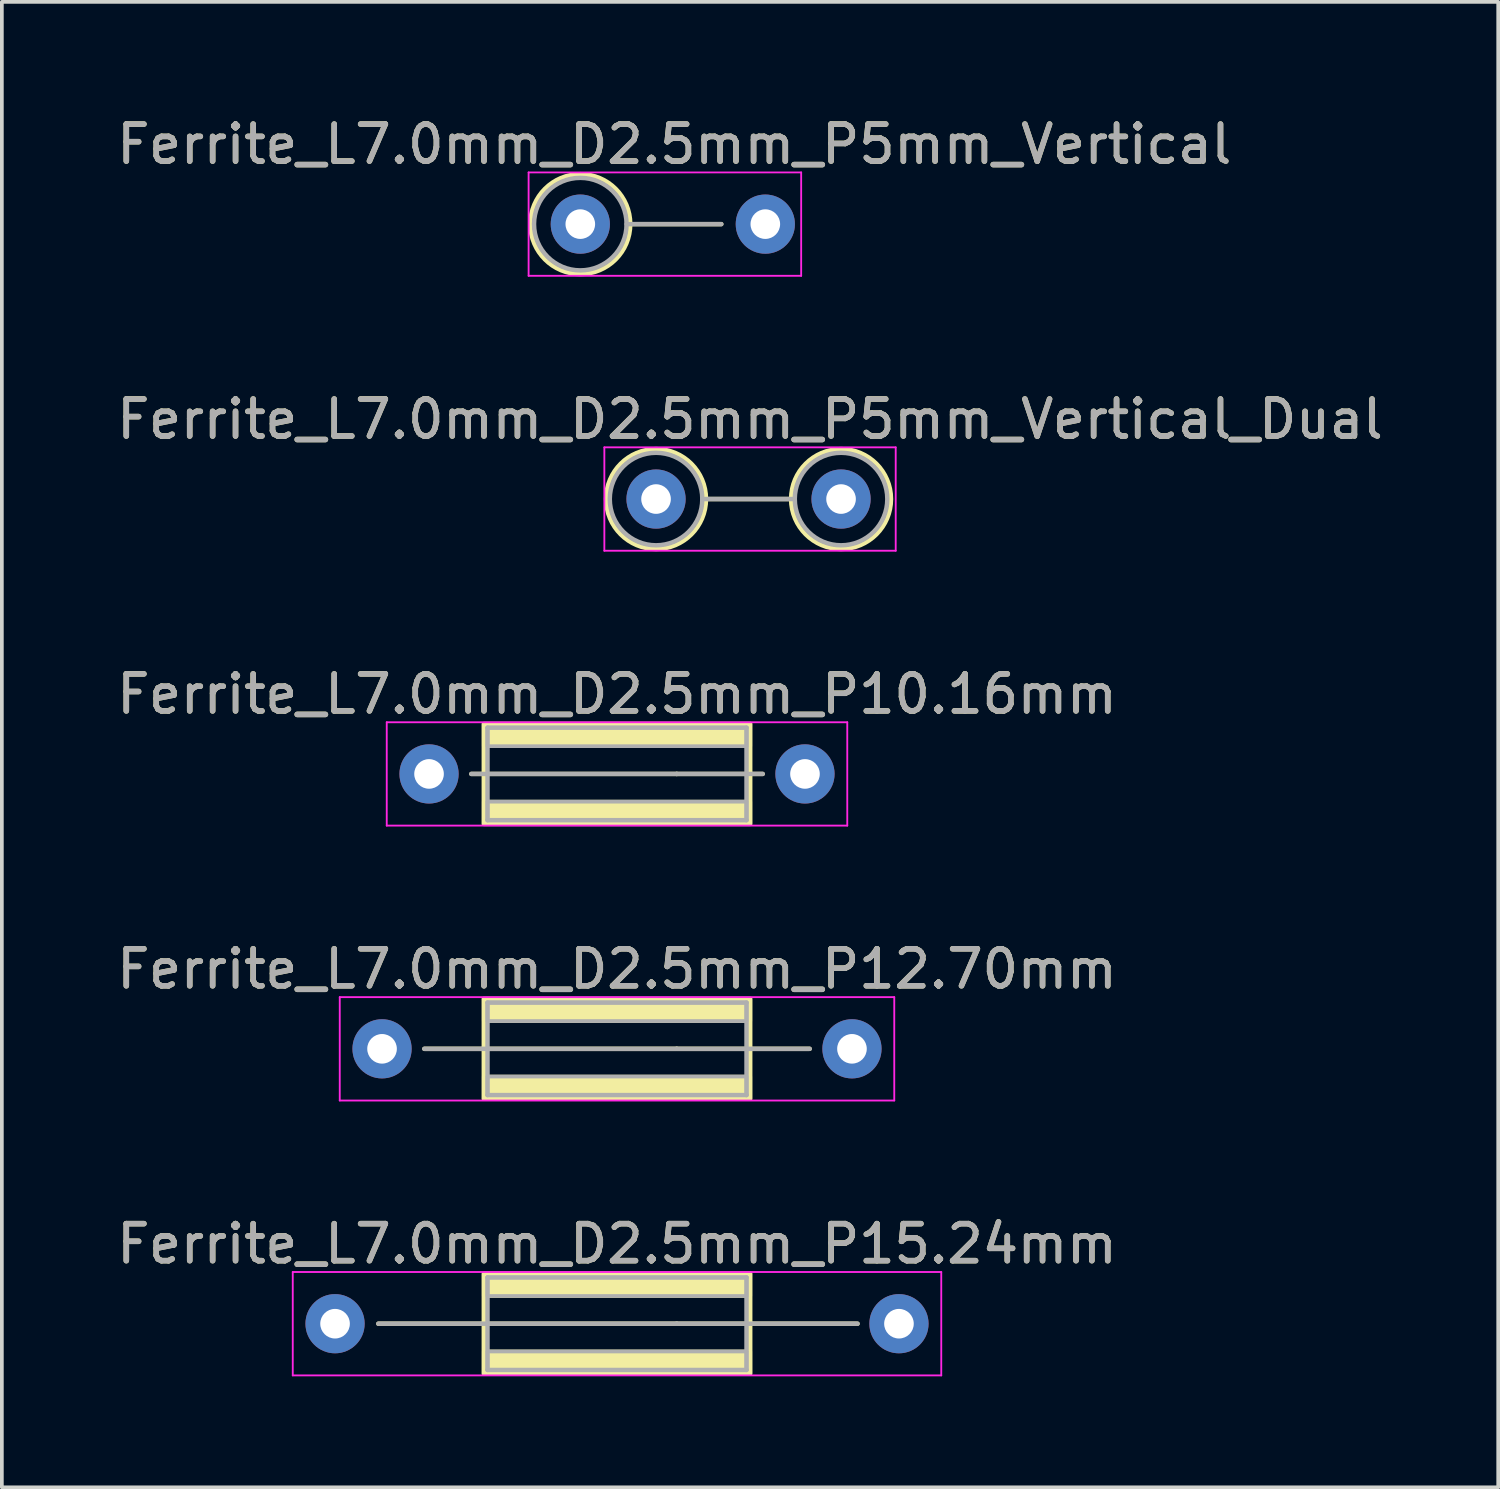
<source format=kicad_pcb>
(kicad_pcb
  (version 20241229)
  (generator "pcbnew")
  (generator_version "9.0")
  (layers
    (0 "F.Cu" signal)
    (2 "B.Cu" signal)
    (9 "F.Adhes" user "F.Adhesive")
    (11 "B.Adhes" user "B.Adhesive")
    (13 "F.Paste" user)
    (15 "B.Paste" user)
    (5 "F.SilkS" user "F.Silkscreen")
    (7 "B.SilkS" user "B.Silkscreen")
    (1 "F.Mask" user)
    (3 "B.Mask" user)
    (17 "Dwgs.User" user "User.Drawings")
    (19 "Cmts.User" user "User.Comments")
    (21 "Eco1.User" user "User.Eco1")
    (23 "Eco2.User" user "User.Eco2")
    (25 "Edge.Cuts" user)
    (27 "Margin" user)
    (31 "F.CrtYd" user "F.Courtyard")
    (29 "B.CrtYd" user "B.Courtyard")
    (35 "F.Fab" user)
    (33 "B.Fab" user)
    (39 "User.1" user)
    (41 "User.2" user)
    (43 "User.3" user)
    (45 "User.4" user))
  (footprint "Ferrite_L7.0mm_D2.5mm_P10.16mm"
    (layer "F.Cu")
    (at 8.545 17.866)
    (property "Reference" "Ferrite_L7.0mm_D2.5mm_P10.16mm" (at 5.08 -2.159 0) (layer "F.SilkS") (effects (font (size 1 1) (thickness 0.15))))
    (fp_line (start 6.694 0.000002) (end 1.143 0) (stroke (width 0.12) (type solid)) (layer "F.SilkS"))
    (fp_line (start 6.694 0.000002) (end 9.017 0) (stroke (width 0.12) (type solid)) (layer "F.SilkS"))
    (fp_rect (start 1.48 -1.35) (end 8.68 1.35) (stroke (width 0.12) (type solid)) (fill no) (layer "F.SilkS"))
    (fp_poly (pts (xy 8.68 -0.75) (xy 1.48 -0.75) (xy 1.48 -1.35) (xy 8.68 -1.35)) (stroke (width 0.1) (type solid)) (fill yes) (layer "F.SilkS"))
    (fp_poly (pts (xy 8.68 1.35) (xy 1.48 1.35) (xy 1.48 0.75) (xy 8.68 0.75)) (stroke (width 0.1) (type solid)) (fill yes) (layer "F.SilkS"))
    (fp_line (start -1.143 -1.397) (end 11.303 -1.397) (stroke (width 0.05) (type solid)) (layer "F.CrtYd"))
    (fp_line (start -1.143 1.397) (end -1.143 -1.397) (stroke (width 0.05) (type solid)) (layer "F.CrtYd"))
    (fp_line (start 11.303 -1.397) (end 11.303 1.397) (stroke (width 0.05) (type solid)) (layer "F.CrtYd"))
    (fp_line (start 11.303 1.397) (end -1.143 1.397) (stroke (width 0.05) (type solid)) (layer "F.CrtYd"))
    (fp_line (start 1.58 -1.25) (end 1.58 0) (stroke (width 0.12) (type solid)) (layer "F.Fab"))
    (fp_line (start 1.58 0) (end 1.58 1.25) (stroke (width 0.12) (type solid)) (layer "F.Fab"))
    (fp_line (start 1.58 1.25) (end 8.58 1.25) (stroke (width 0.12) (type solid)) (layer "F.Fab"))
    (fp_line (start 6.694 0.000002) (end 1.143 0) (stroke (width 0.12) (type solid)) (layer "F.Fab"))
    (fp_line (start 6.694 0.000002) (end 9.017 0) (stroke (width 0.12) (type solid)) (layer "F.Fab"))
    (fp_line (start 8.58 -1.25) (end 1.58 -1.25) (stroke (width 0.12) (type solid)) (layer "F.Fab"))
    (fp_line (start 8.58 1.25) (end 8.58 -1.25) (stroke (width 0.12) (type solid)) (layer "F.Fab"))
    (fp_poly (pts (xy 8.58 -0.75) (xy 1.58 -0.75) (xy 1.58 -1.25) (xy 8.58 -1.25)) (stroke (width 0.1) (type solid)) (fill no) (layer "F.Fab"))
    (fp_poly (pts (xy 8.58 1.25) (xy 1.58 1.25) (xy 1.58 0.75) (xy 8.58 0.75)) (stroke (width 0.1) (type solid)) (fill no) (layer "F.Fab"))
    (fp_text user "${REFERENCE}" (at 5.08 -2.158 0) (layer "F.Fab") (effects (font (size 1 1) (thickness 0.15))))
    (pad "1" thru_hole circle (at 0 0) (size 1.6 1.6) (drill 0.8) (layers "*.Cu" "*.Mask"))
    (pad "2" thru_hole circle (at 10.16 0) (size 1.6 1.6) (drill 0.8) (layers "*.Cu" "*.Mask")))
  (footprint "Ferrite_L7.0mm_D2.5mm_P5mm_Vertical_Dual"
    (layer "F.Cu")
    (at 14.68 10.437)
    (property "Reference" "Ferrite_L7.0mm_D2.5mm_P5mm_Vertical_Dual" (at 2.54 -2.159 0) (layer "F.SilkS") (effects (font (size 1 1) (thickness 0.15))))
    (fp_line (start 1.35 0) (end 3.65 0) (stroke (width 0.12) (type solid)) (layer "F.SilkS"))
    (fp_circle (center 0 0) (end 1.35 0) (stroke (width 0.12) (type solid)) (fill no) (layer "F.SilkS"))
    (fp_circle (center 5 0) (end 6.35 0) (stroke (width 0.12) (type solid)) (fill no) (layer "F.SilkS"))
    (fp_line (start -1.397 -1.397) (end 6.477 -1.397) (stroke (width 0.05) (type solid)) (layer "F.CrtYd"))
    (fp_line (start -1.397 1.397) (end -1.397 -1.397) (stroke (width 0.05) (type solid)) (layer "F.CrtYd"))
    (fp_line (start 6.477 -1.397) (end 6.477 1.397) (stroke (width 0.05) (type solid)) (layer "F.CrtYd"))
    (fp_line (start 6.477 1.397) (end -1.397 1.397) (stroke (width 0.05) (type solid)) (layer "F.CrtYd"))
    (fp_line (start 1.25 0) (end 3.75 0) (stroke (width 0.12) (type solid)) (layer "F.Fab"))
    (fp_circle (center 0 0) (end 1.25 0) (stroke (width 0.12) (type solid)) (fill no) (layer "F.Fab"))
    (fp_circle (center 5 0) (end 6.25 0) (stroke (width 0.12) (type solid)) (fill no) (layer "F.Fab"))
    (fp_text user "${REFERENCE}" (at 2.54 -2.158 0) (layer "F.Fab") (effects (font (size 1 1) (thickness 0.15))))
    (pad "1" thru_hole circle (at 0 0) (size 1.6 1.6) (drill 0.8) (layers "*.Cu" "*.Mask"))
    (pad "2" thru_hole circle (at 5 0) (size 1.6 1.6) (drill 0.8) (layers "*.Cu" "*.Mask")))
  (footprint "Ferrite_L7.0mm_D2.5mm_P5mm_Vertical"
    (layer "F.Cu")
    (at 12.633 3.007)
    (property "Reference" "Ferrite_L7.0mm_D2.5mm_P5mm_Vertical" (at 2.54 -2.159 0) (layer "F.SilkS") (effects (font (size 1 1) (thickness 0.15))))
    (fp_line (start 1.35 0) (end 3.81 0) (stroke (width 0.12) (type solid)) (layer "F.SilkS"))
    (fp_circle (center 0 0) (end 1.35 0) (stroke (width 0.12) (type solid)) (fill no) (layer "F.SilkS"))
    (fp_line (start -1.397 -1.397) (end 5.969 -1.397) (stroke (width 0.05) (type solid)) (layer "F.CrtYd"))
    (fp_line (start -1.397 1.397) (end -1.397 -1.397) (stroke (width 0.05) (type solid)) (layer "F.CrtYd"))
    (fp_line (start 5.969 -1.397) (end 5.969 1.397) (stroke (width 0.05) (type solid)) (layer "F.CrtYd"))
    (fp_line (start 5.969 1.397) (end -1.397 1.397) (stroke (width 0.05) (type solid)) (layer "F.CrtYd"))
    (fp_line (start 1.25 0) (end 3.81 0) (stroke (width 0.12) (type solid)) (layer "F.Fab"))
    (fp_circle (center 0 0) (end 1.25 0) (stroke (width 0.12) (type solid)) (fill no) (layer "F.Fab"))
    (fp_text user "${REFERENCE}" (at 2.54 -2.158 0) (layer "F.Fab") (effects (font (size 1 1) (thickness 0.15))))
    (pad "1" thru_hole circle (at 0 0) (size 1.6 1.6) (drill 0.8) (layers "*.Cu" "*.Mask"))
    (pad "2" thru_hole circle (at 5 0) (size 1.6 1.6) (drill 0.8) (layers "*.Cu" "*.Mask")))
  (footprint "Ferrite_L7.0mm_D2.5mm_P12.70mm"
    (layer "F.Cu")
    (at 7.275 25.295)
    (property "Reference" "Ferrite_L7.0mm_D2.5mm_P12.70mm" (at 6.35 -2.159 0) (layer "F.SilkS") (effects (font (size 1 1) (thickness 0.15))))
    (fp_line (start 7.964 0.000002) (end 1.143 0) (stroke (width 0.12) (type solid)) (layer "F.SilkS"))
    (fp_line (start 7.964 0.000002) (end 11.557 0) (stroke (width 0.12) (type solid)) (layer "F.SilkS"))
    (fp_rect (start 2.75 -1.35) (end 9.95 1.35) (stroke (width 0.12) (type solid)) (fill no) (layer "F.SilkS"))
    (fp_poly (pts (xy 9.95 -0.75) (xy 2.75 -0.75) (xy 2.75 -1.35) (xy 9.95 -1.35)) (stroke (width 0.1) (type solid)) (fill yes) (layer "F.SilkS"))
    (fp_poly (pts (xy 9.95 1.35) (xy 2.75 1.35) (xy 2.75 0.75) (xy 9.95 0.75)) (stroke (width 0.1) (type solid)) (fill yes) (layer "F.SilkS"))
    (fp_line (start -1.143 -1.397) (end 13.843 -1.397) (stroke (width 0.05) (type solid)) (layer "F.CrtYd"))
    (fp_line (start -1.143 1.397) (end -1.143 -1.397) (stroke (width 0.05) (type solid)) (layer "F.CrtYd"))
    (fp_line (start 13.843 -1.397) (end 13.843 1.397) (stroke (width 0.05) (type solid)) (layer "F.CrtYd"))
    (fp_line (start 13.843 1.397) (end -1.143 1.397) (stroke (width 0.05) (type solid)) (layer "F.CrtYd"))
    (fp_line (start 2.85 -1.25) (end 2.85 0) (stroke (width 0.12) (type solid)) (layer "F.Fab"))
    (fp_line (start 2.85 0) (end 2.85 1.25) (stroke (width 0.12) (type solid)) (layer "F.Fab"))
    (fp_line (start 2.85 1.25) (end 9.85 1.25) (stroke (width 0.12) (type solid)) (layer "F.Fab"))
    (fp_line (start 7.964 0.000002) (end 1.143 0) (stroke (width 0.12) (type solid)) (layer "F.Fab"))
    (fp_line (start 7.964 0.000002) (end 11.557 0) (stroke (width 0.12) (type solid)) (layer "F.Fab"))
    (fp_line (start 9.85 -1.25) (end 2.85 -1.25) (stroke (width 0.12) (type solid)) (layer "F.Fab"))
    (fp_line (start 9.85 1.25) (end 9.85 -1.25) (stroke (width 0.12) (type solid)) (layer "F.Fab"))
    (fp_poly (pts (xy 9.85 -0.75) (xy 2.85 -0.75) (xy 2.85 -1.25) (xy 9.85 -1.25)) (stroke (width 0.1) (type solid)) (fill no) (layer "F.Fab"))
    (fp_poly (pts (xy 9.85 1.25) (xy 2.85 1.25) (xy 2.85 0.75) (xy 9.85 0.75)) (stroke (width 0.1) (type solid)) (fill no) (layer "F.Fab"))
    (fp_text user "${REFERENCE}" (at 6.35 -2.158 0) (layer "F.Fab") (effects (font (size 1 1) (thickness 0.15))))
    (pad "1" thru_hole circle (at 0 0) (size 1.6 1.6) (drill 0.8) (layers "*.Cu" "*.Mask"))
    (pad "2" thru_hole circle (at 12.7 0) (size 1.6 1.6) (drill 0.8) (layers "*.Cu" "*.Mask")))
  (footprint "Ferrite_L7.0mm_D2.5mm_P15.24mm"
    (layer "F.Cu")
    (at 6.005 32.724)
    (property "Reference" "Ferrite_L7.0mm_D2.5mm_P15.24mm" (at 7.62 -2.159 0) (layer "F.SilkS") (effects (font (size 1 1) (thickness 0.15))))
    (fp_line (start 9.234 0.000002) (end 1.17 0) (stroke (width 0.12) (type solid)) (layer "F.SilkS"))
    (fp_line (start 9.234 0.000002) (end 14.12 0) (stroke (width 0.12) (type solid)) (layer "F.SilkS"))
    (fp_rect (start 4.02 -1.35) (end 11.22 1.35) (stroke (width 0.12) (type solid)) (fill no) (layer "F.SilkS"))
    (fp_poly (pts (xy 11.22 -0.75) (xy 4.02 -0.75) (xy 4.02 -1.35) (xy 11.22 -1.35)) (stroke (width 0.1) (type solid)) (fill yes) (layer "F.SilkS"))
    (fp_poly (pts (xy 11.22 1.35) (xy 4.02 1.35) (xy 4.02 0.75) (xy 11.22 0.75)) (stroke (width 0.1) (type solid)) (fill yes) (layer "F.SilkS"))
    (fp_line (start -1.143 -1.397) (end 16.383 -1.397) (stroke (width 0.05) (type solid)) (layer "F.CrtYd"))
    (fp_line (start -1.143 1.397) (end -1.143 -1.397) (stroke (width 0.05) (type solid)) (layer "F.CrtYd"))
    (fp_line (start 16.383 -1.397) (end 16.383 1.397) (stroke (width 0.05) (type solid)) (layer "F.CrtYd"))
    (fp_line (start 16.383 1.397) (end -1.143 1.397) (stroke (width 0.05) (type solid)) (layer "F.CrtYd"))
    (fp_line (start 4.12 -1.25) (end 4.12 0) (stroke (width 0.12) (type solid)) (layer "F.Fab"))
    (fp_line (start 4.12 0) (end 4.12 1.25) (stroke (width 0.12) (type solid)) (layer "F.Fab"))
    (fp_line (start 4.12 1.25) (end 11.12 1.25) (stroke (width 0.12) (type solid)) (layer "F.Fab"))
    (fp_line (start 9.234 0.000002) (end 1.17 0) (stroke (width 0.12) (type solid)) (layer "F.Fab"))
    (fp_line (start 9.234 0.000002) (end 14.12 0) (stroke (width 0.12) (type solid)) (layer "F.Fab"))
    (fp_line (start 11.12 -1.25) (end 4.12 -1.25) (stroke (width 0.12) (type solid)) (layer "F.Fab"))
    (fp_line (start 11.12 1.25) (end 11.12 -1.25) (stroke (width 0.12) (type solid)) (layer "F.Fab"))
    (fp_poly (pts (xy 11.12 -0.75) (xy 4.12 -0.75) (xy 4.12 -1.25) (xy 11.12 -1.25)) (stroke (width 0.1) (type solid)) (fill no) (layer "F.Fab"))
    (fp_poly (pts (xy 11.12 1.25) (xy 4.12 1.25) (xy 4.12 0.75) (xy 11.12 0.75)) (stroke (width 0.1) (type solid)) (fill no) (layer "F.Fab"))
    (fp_text user "${REFERENCE}" (at 7.62 -2.158 0) (layer "F.Fab") (effects (font (size 1 1) (thickness 0.15))))
    (pad "1" thru_hole circle (at 0 0) (size 1.6 1.6) (drill 0.8) (layers "*.Cu" "*.Mask"))
    (pad "2" thru_hole circle (at 15.24 0) (size 1.6 1.6) (drill 0.8) (layers "*.Cu" "*.Mask")))
  (gr_rect
    (start -3 -3)
    (end 37.44 37.146)
    (stroke (width 0.1) (type default))
    (fill no)
    (layer "Edge.Cuts")))
</source>
